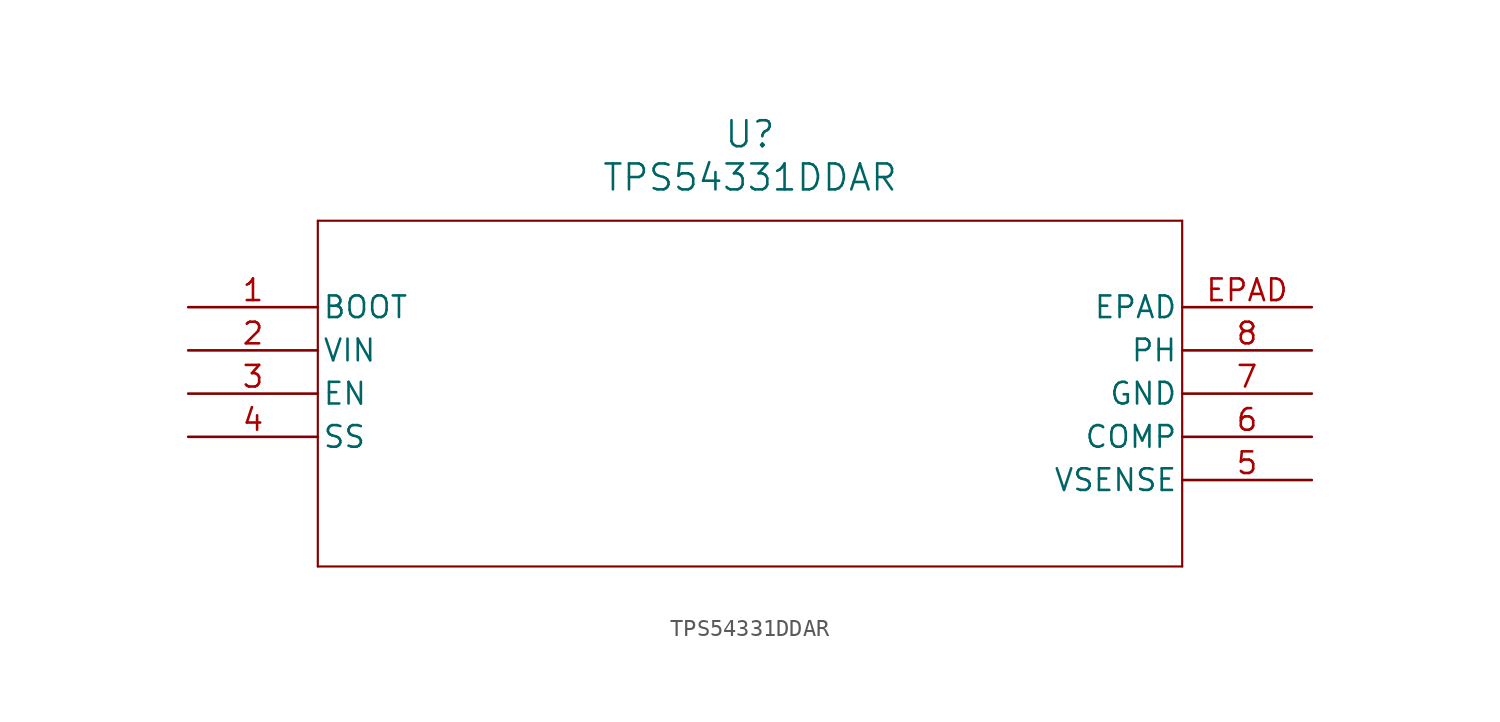
<source format=kicad_sym>
(kicad_symbol_lib
  (version 20211014)
  (generator kicad_symbol_editor)
  (symbol "TPS54331DDAR"
    (pin_names
      (offset 0.254))
    (property "Reference" "U"
      (at 33.02 10.16 0)
      (effects (font (size 1.524 1.524))))
    (property "Value" "TPS54331DDAR"
      (at 33.02 7.62 0)
      (effects (font (size 1.524 1.524))))
    (symbol "TPS54331DDAR_0_1"
      (polyline (pts (xy 7.62 5.08) (xy 7.62 -15.24)) (stroke (width 0.127) (type default) (color 0 0 0 0)) (fill (type none)))
      (polyline (pts (xy 7.62 -15.24) (xy 58.42 -15.24)) (stroke (width 0.127) (type default) (color 0 0 0 0)) (fill (type none)))
      (polyline (pts (xy 58.42 -15.24) (xy 58.42 5.08)) (stroke (width 0.127) (type default) (color 0 0 0 0)) (fill (type none)))
      (polyline (pts (xy 58.42 5.08) (xy 7.62 5.08)) (stroke (width 0.127) (type default) (color 0 0 0 0)) (fill (type none)))
      (pin unspecified line (at 0 0 0) (length 7.62) (name "BOOT" (effects (font (size 1.27 1.27)))) (number "1" (effects (font (size 1.27 1.27)))))
      (pin input line (at 0 -2.54 0) (length 7.62) (name "VIN" (effects (font (size 1.27 1.27)))) (number "2" (effects (font (size 1.27 1.27)))))
      (pin unspecified line (at 0 -5.08 0) (length 7.62) (name "EN" (effects (font (size 1.27 1.27)))) (number "3" (effects (font (size 1.27 1.27)))))
      (pin unspecified line (at 0 -7.62 0) (length 7.62) (name "SS" (effects (font (size 1.27 1.27)))) (number "4" (effects (font (size 1.27 1.27)))))
      (pin unspecified line (at 66.04 -10.16 180) (length 7.62) (name "VSENSE" (effects (font (size 1.27 1.27)))) (number "5" (effects (font (size 1.27 1.27)))))
      (pin output line (at 66.04 -7.62 180) (length 7.62) (name "COMP" (effects (font (size 1.27 1.27)))) (number "6" (effects (font (size 1.27 1.27)))))
      (pin power_in line (at 66.04 -5.08 180) (length 7.62) (name "GND" (effects (font (size 1.27 1.27)))) (number "7" (effects (font (size 1.27 1.27)))))
      (pin power_in line (at 66.04 -2.54 180) (length 7.62) (name "PH" (effects (font (size 1.27 1.27)))) (number "8" (effects (font (size 1.27 1.27)))))
      (pin unspecified line (at 66.04 0 180) (length 7.62) (name "EPAD" (effects (font (size 1.27 1.27)))) (number "EPAD" (effects (font (size 1.27 1.27))))))))
</source>
